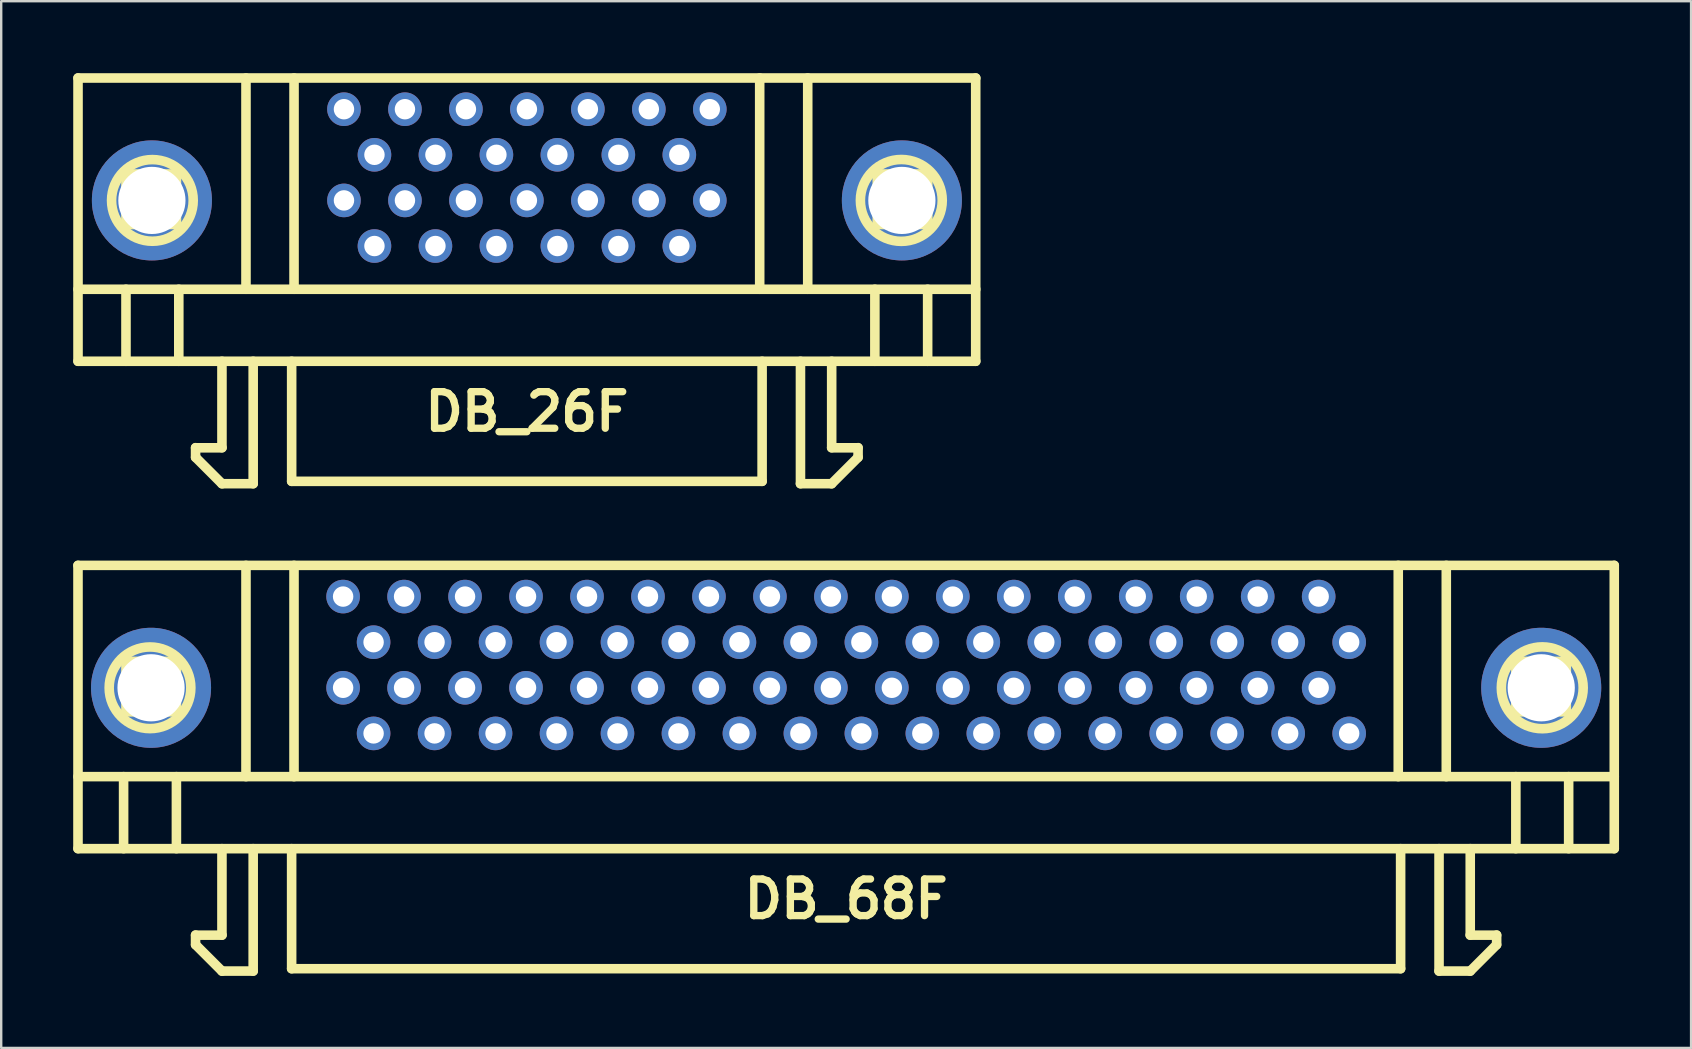
<source format=kicad_pcb>
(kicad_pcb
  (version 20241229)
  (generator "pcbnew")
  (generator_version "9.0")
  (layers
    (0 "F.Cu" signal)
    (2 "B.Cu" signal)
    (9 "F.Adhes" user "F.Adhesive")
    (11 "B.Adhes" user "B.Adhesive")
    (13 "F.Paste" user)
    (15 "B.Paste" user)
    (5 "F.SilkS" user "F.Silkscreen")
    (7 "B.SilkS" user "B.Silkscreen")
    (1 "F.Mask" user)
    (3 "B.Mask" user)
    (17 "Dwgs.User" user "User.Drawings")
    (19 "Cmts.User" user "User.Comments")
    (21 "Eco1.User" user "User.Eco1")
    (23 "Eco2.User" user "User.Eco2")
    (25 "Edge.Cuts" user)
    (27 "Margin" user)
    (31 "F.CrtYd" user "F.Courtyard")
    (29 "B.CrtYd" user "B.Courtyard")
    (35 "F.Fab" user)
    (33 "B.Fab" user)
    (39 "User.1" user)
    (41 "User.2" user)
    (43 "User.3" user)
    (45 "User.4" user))
  (footprint "DB_68F"
    (layer "F.Cu")
    (at 32.198 31.203)
    (property "Reference" "DB_68F" (at 0 3.2 0) (layer "F.SilkS") (effects (font (size 1.524 1.524) (thickness 0.305))))
    (attr through_hole)
    (fp_line (start -31.999 -10.701) (end -31.999 1.1) (stroke (width 0.399) (type solid)) (layer "F.SilkS"))
    (fp_line (start -31.999 -1.9) (end 31.999 -1.9) (stroke (width 0.399) (type solid)) (layer "F.SilkS"))
    (fp_line (start -31.999 1.1) (end 31.999 1.1) (stroke (width 0.399) (type solid)) (layer "F.SilkS"))
    (fp_line (start -30.099 -1.9) (end -30.099 1.1) (stroke (width 0.399) (type solid)) (layer "F.SilkS"))
    (fp_line (start -30 -6.701) (end -27.899 -6.701) (stroke (width 0.399) (type solid)) (layer "F.SilkS"))
    (fp_line (start -30 -4.6) (end -30 -6.701) (stroke (width 0.399) (type solid)) (layer "F.SilkS"))
    (fp_line (start -27.899 -6.701) (end -27.899 -4.6) (stroke (width 0.399) (type solid)) (layer "F.SilkS"))
    (fp_line (start -27.899 -4.6) (end -30 -4.6) (stroke (width 0.399) (type solid)) (layer "F.SilkS"))
    (fp_line (start -27.899 1.1) (end -27.899 -1.9) (stroke (width 0.399) (type solid)) (layer "F.SilkS"))
    (fp_line (start -27.102 4.699) (end -27.102 5.1) (stroke (width 0.399) (type solid)) (layer "F.SilkS"))
    (fp_line (start -27.099 4.704) (end -25.999 4.704) (stroke (width 0.399) (type solid)) (layer "F.SilkS"))
    (fp_line (start -26.002 4.699) (end -26.002 1.1) (stroke (width 0.399) (type solid)) (layer "F.SilkS"))
    (fp_line (start -26.002 6.2) (end -24.701 6.2) (stroke (width 0.399) (type solid)) (layer "F.SilkS"))
    (fp_line (start -25.999 6.203) (end -27.099 5.103) (stroke (width 0.399) (type solid)) (layer "F.SilkS"))
    (fp_line (start -25.001 -1.9) (end -25.001 -10.701) (stroke (width 0.399) (type solid)) (layer "F.SilkS"))
    (fp_line (start -24.701 6.2) (end -24.701 1.1) (stroke (width 0.399) (type solid)) (layer "F.SilkS"))
    (fp_line (start -23.099 6.101) (end -23.099 1.1) (stroke (width 0.399) (type solid)) (layer "F.SilkS"))
    (fp_line (start -23 -10.701) (end -23 -1.9) (stroke (width 0.399) (type solid)) (layer "F.SilkS"))
    (fp_line (start 23 -10.701) (end 23 -1.9) (stroke (width 0.399) (type solid)) (layer "F.SilkS"))
    (fp_line (start 23.099 6.101) (end -23.099 6.101) (stroke (width 0.399) (type solid)) (layer "F.SilkS"))
    (fp_line (start 23.099 6.101) (end 23.099 1.1) (stroke (width 0.399) (type solid)) (layer "F.SilkS"))
    (fp_line (start 24.699 6.2) (end 24.699 1.1) (stroke (width 0.399) (type solid)) (layer "F.SilkS"))
    (fp_line (start 25.001 -1.9) (end 25.001 -10.701) (stroke (width 0.399) (type solid)) (layer "F.SilkS"))
    (fp_line (start 25.997 6.203) (end 27.097 5.103) (stroke (width 0.399) (type solid)) (layer "F.SilkS"))
    (fp_line (start 25.999 4.699) (end 25.999 1.1) (stroke (width 0.399) (type solid)) (layer "F.SilkS"))
    (fp_line (start 25.999 6.2) (end 24.699 6.2) (stroke (width 0.399) (type solid)) (layer "F.SilkS"))
    (fp_line (start 27.097 4.704) (end 25.997 4.704) (stroke (width 0.399) (type solid)) (layer "F.SilkS"))
    (fp_line (start 27.099 4.699) (end 27.099 5.1) (stroke (width 0.399) (type solid)) (layer "F.SilkS"))
    (fp_line (start 27.899 -6.701) (end 27.899 -4.6) (stroke (width 0.399) (type solid)) (layer "F.SilkS"))
    (fp_line (start 27.899 -4.6) (end 30 -4.6) (stroke (width 0.399) (type solid)) (layer "F.SilkS"))
    (fp_line (start 27.899 -1.9) (end 27.899 1.1) (stroke (width 0.399) (type solid)) (layer "F.SilkS"))
    (fp_line (start 30 -6.701) (end 27.899 -6.701) (stroke (width 0.399) (type solid)) (layer "F.SilkS"))
    (fp_line (start 30 -4.6) (end 30 -6.701) (stroke (width 0.399) (type solid)) (layer "F.SilkS"))
    (fp_line (start 30.099 -1.9) (end 30.099 1.1) (stroke (width 0.399) (type solid)) (layer "F.SilkS"))
    (fp_line (start 31.999 -10.701) (end -31.999 -10.701) (stroke (width 0.399) (type solid)) (layer "F.SilkS"))
    (fp_line (start 31.999 1.1) (end 31.999 -10.701) (stroke (width 0.399) (type solid)) (layer "F.SilkS"))
    (fp_circle (center -28.999 -5.601) (end -30.5 -6.401) (stroke (width 0.399) (type solid)) (fill no) (layer "F.SilkS"))
    (fp_circle (center 28.999 -5.601) (end 30.701 -5.499) (stroke (width 0.399) (type solid)) (fill no) (layer "F.SilkS"))
    (pad "" thru_hole circle (at -28.956 -5.601) (size 5.001 5.001) (drill 2.799) (layers "*.Cu" "*.Mask"))
    (pad "" thru_hole circle (at 28.956 -5.601) (size 5.001 5.001) (drill 2.799) (layers "*.Cu" "*.Mask"))
    (pad "1" thru_hole circle (at 20.955 -7.501) (size 1.4 1.4) (drill 0.851) (layers "*.Cu" "*.Mask"))
    (pad "2" thru_hole circle (at 19.685 -9.401) (size 1.4 1.4) (drill 0.851) (layers "*.Cu" "*.Mask"))
    (pad "3" thru_hole circle (at 18.415 -7.501) (size 1.4 1.4) (drill 0.851) (layers "*.Cu" "*.Mask"))
    (pad "4" thru_hole circle (at 17.145 -9.401) (size 1.4 1.4) (drill 0.851) (layers "*.Cu" "*.Mask"))
    (pad "5" thru_hole circle (at 15.875 -7.501) (size 1.4 1.4) (drill 0.851) (layers "*.Cu" "*.Mask"))
    (pad "6" thru_hole circle (at 14.605 -9.401) (size 1.4 1.4) (drill 0.851) (layers "*.Cu" "*.Mask"))
    (pad "7" thru_hole circle (at 13.335 -7.501) (size 1.4 1.4) (drill 0.851) (layers "*.Cu" "*.Mask"))
    (pad "8" thru_hole circle (at 12.065 -9.401) (size 1.4 1.4) (drill 0.851) (layers "*.Cu" "*.Mask"))
    (pad "9" thru_hole circle (at 10.795 -7.501) (size 1.4 1.4) (drill 0.851) (layers "*.Cu" "*.Mask"))
    (pad "10" thru_hole circle (at 9.525 -9.401) (size 1.4 1.4) (drill 0.851) (layers "*.Cu" "*.Mask"))
    (pad "11" thru_hole circle (at 8.255 -7.501) (size 1.4 1.4) (drill 0.851) (layers "*.Cu" "*.Mask"))
    (pad "12" thru_hole circle (at 6.985 -9.401) (size 1.4 1.4) (drill 0.851) (layers "*.Cu" "*.Mask"))
    (pad "13" thru_hole circle (at 5.715 -7.501) (size 1.4 1.4) (drill 0.851) (layers "*.Cu" "*.Mask"))
    (pad "14" thru_hole circle (at 4.445 -9.401) (size 1.4 1.4) (drill 0.851) (layers "*.Cu" "*.Mask"))
    (pad "15" thru_hole circle (at 3.175 -7.501) (size 1.4 1.4) (drill 0.851) (layers "*.Cu" "*.Mask"))
    (pad "16" thru_hole circle (at 1.905 -9.401) (size 1.4 1.4) (drill 0.851) (layers "*.Cu" "*.Mask"))
    (pad "17" thru_hole circle (at 0.635 -7.501) (size 1.4 1.4) (drill 0.851) (layers "*.Cu" "*.Mask"))
    (pad "18" thru_hole circle (at -0.635 -9.401) (size 1.4 1.4) (drill 0.851) (layers "*.Cu" "*.Mask"))
    (pad "19" thru_hole circle (at -1.905 -7.501) (size 1.4 1.4) (drill 0.851) (layers "*.Cu" "*.Mask"))
    (pad "20" thru_hole circle (at -3.175 -9.401) (size 1.4 1.4) (drill 0.851) (layers "*.Cu" "*.Mask"))
    (pad "21" thru_hole circle (at -4.445 -7.501) (size 1.4 1.4) (drill 0.851) (layers "*.Cu" "*.Mask"))
    (pad "22" thru_hole circle (at -5.715 -9.401) (size 1.4 1.4) (drill 0.851) (layers "*.Cu" "*.Mask"))
    (pad "23" thru_hole circle (at -6.985 -7.501) (size 1.4 1.4) (drill 0.851) (layers "*.Cu" "*.Mask"))
    (pad "24" thru_hole circle (at -8.255 -9.401) (size 1.4 1.4) (drill 0.851) (layers "*.Cu" "*.Mask"))
    (pad "25" thru_hole circle (at -9.525 -7.501) (size 1.4 1.4) (drill 0.851) (layers "*.Cu" "*.Mask"))
    (pad "26" thru_hole circle (at -10.795 -9.401) (size 1.4 1.4) (drill 0.851) (layers "*.Cu" "*.Mask"))
    (pad "27" thru_hole circle (at -12.065 -7.501) (size 1.4 1.4) (drill 0.851) (layers "*.Cu" "*.Mask"))
    (pad "28" thru_hole circle (at -13.335 -9.401) (size 1.4 1.4) (drill 0.851) (layers "*.Cu" "*.Mask"))
    (pad "29" thru_hole circle (at -14.605 -7.501) (size 1.4 1.4) (drill 0.851) (layers "*.Cu" "*.Mask"))
    (pad "30" thru_hole circle (at -15.875 -9.401) (size 1.4 1.4) (drill 0.851) (layers "*.Cu" "*.Mask"))
    (pad "31" thru_hole circle (at -17.145 -7.501) (size 1.4 1.4) (drill 0.851) (layers "*.Cu" "*.Mask"))
    (pad "32" thru_hole circle (at -18.415 -9.401) (size 1.4 1.4) (drill 0.851) (layers "*.Cu" "*.Mask"))
    (pad "33" thru_hole circle (at -19.685 -7.501) (size 1.4 1.4) (drill 0.851) (layers "*.Cu" "*.Mask"))
    (pad "34" thru_hole circle (at -20.955 -9.401) (size 1.4 1.4) (drill 0.851) (layers "*.Cu" "*.Mask"))
    (pad "35" thru_hole circle (at 20.955 -3.701) (size 1.4 1.4) (drill 0.851) (layers "*.Cu" "*.Mask"))
    (pad "36" thru_hole circle (at 19.685 -5.601) (size 1.4 1.4) (drill 0.851) (layers "*.Cu" "*.Mask"))
    (pad "37" thru_hole circle (at 18.415 -3.701) (size 1.4 1.4) (drill 0.851) (layers "*.Cu" "*.Mask"))
    (pad "38" thru_hole circle (at 17.145 -5.601) (size 1.4 1.4) (drill 0.851) (layers "*.Cu" "*.Mask"))
    (pad "39" thru_hole circle (at 15.875 -3.701) (size 1.4 1.4) (drill 0.851) (layers "*.Cu" "*.Mask"))
    (pad "40" thru_hole circle (at 14.605 -5.601) (size 1.4 1.4) (drill 0.851) (layers "*.Cu" "*.Mask"))
    (pad "41" thru_hole circle (at 13.335 -3.701) (size 1.4 1.4) (drill 0.851) (layers "*.Cu" "*.Mask"))
    (pad "42" thru_hole circle (at 12.065 -5.601) (size 1.4 1.4) (drill 0.851) (layers "*.Cu" "*.Mask"))
    (pad "43" thru_hole circle (at 10.795 -3.701) (size 1.4 1.4) (drill 0.851) (layers "*.Cu" "*.Mask"))
    (pad "44" thru_hole circle (at 9.525 -5.601) (size 1.4 1.4) (drill 0.851) (layers "*.Cu" "*.Mask"))
    (pad "45" thru_hole circle (at 8.255 -3.701) (size 1.4 1.4) (drill 0.851) (layers "*.Cu" "*.Mask"))
    (pad "46" thru_hole circle (at 6.985 -5.601) (size 1.4 1.4) (drill 0.851) (layers "*.Cu" "*.Mask"))
    (pad "47" thru_hole circle (at 5.715 -3.701) (size 1.4 1.4) (drill 0.851) (layers "*.Cu" "*.Mask"))
    (pad "48" thru_hole circle (at 4.445 -5.601) (size 1.4 1.4) (drill 0.851) (layers "*.Cu" "*.Mask"))
    (pad "49" thru_hole circle (at 3.175 -3.701) (size 1.4 1.4) (drill 0.851) (layers "*.Cu" "*.Mask"))
    (pad "50" thru_hole circle (at 1.905 -5.601) (size 1.4 1.4) (drill 0.851) (layers "*.Cu" "*.Mask"))
    (pad "51" thru_hole circle (at 0.635 -3.701) (size 1.4 1.4) (drill 0.851) (layers "*.Cu" "*.Mask"))
    (pad "52" thru_hole circle (at -0.635 -5.601) (size 1.4 1.4) (drill 0.851) (layers "*.Cu" "*.Mask"))
    (pad "53" thru_hole circle (at -1.905 -3.701) (size 1.4 1.4) (drill 0.851) (layers "*.Cu" "*.Mask"))
    (pad "54" thru_hole circle (at -3.175 -5.601) (size 1.4 1.4) (drill 0.851) (layers "*.Cu" "*.Mask"))
    (pad "55" thru_hole circle (at -4.445 -3.701) (size 1.4 1.4) (drill 0.851) (layers "*.Cu" "*.Mask"))
    (pad "56" thru_hole circle (at -5.715 -5.601) (size 1.4 1.4) (drill 0.851) (layers "*.Cu" "*.Mask"))
    (pad "57" thru_hole circle (at -6.985 -3.701) (size 1.4 1.4) (drill 0.851) (layers "*.Cu" "*.Mask"))
    (pad "58" thru_hole circle (at -8.255 -5.601) (size 1.4 1.4) (drill 0.851) (layers "*.Cu" "*.Mask"))
    (pad "59" thru_hole circle (at -9.525 -3.701) (size 1.4 1.4) (drill 0.851) (layers "*.Cu" "*.Mask"))
    (pad "60" thru_hole circle (at -10.795 -5.601) (size 1.4 1.4) (drill 0.851) (layers "*.Cu" "*.Mask"))
    (pad "61" thru_hole circle (at -12.065 -3.701) (size 1.4 1.4) (drill 0.851) (layers "*.Cu" "*.Mask"))
    (pad "62" thru_hole circle (at -13.335 -5.601) (size 1.4 1.4) (drill 0.851) (layers "*.Cu" "*.Mask"))
    (pad "63" thru_hole circle (at -14.605 -3.701) (size 1.4 1.4) (drill 0.851) (layers "*.Cu" "*.Mask"))
    (pad "64" thru_hole circle (at -15.875 -5.601) (size 1.4 1.4) (drill 0.851) (layers "*.Cu" "*.Mask"))
    (pad "65" thru_hole circle (at -17.145 -3.701) (size 1.4 1.4) (drill 0.851) (layers "*.Cu" "*.Mask"))
    (pad "66" thru_hole circle (at -18.415 -5.601) (size 1.4 1.4) (drill 0.851) (layers "*.Cu" "*.Mask"))
    (pad "67" thru_hole circle (at -19.685 -3.701) (size 1.4 1.4) (drill 0.851) (layers "*.Cu" "*.Mask"))
    (pad "68" thru_hole circle (at -20.955 -5.601) (size 1.4 1.4) (drill 0.851) (layers "*.Cu" "*.Mask")))
  (footprint "DB_26F"
    (layer "F.Cu")
    (at 18.899 10.9)
    (property "Reference" "DB_26F" (at 0 3.2 0) (layer "F.SilkS") (effects (font (size 1.524 1.524) (thickness 0.305))))
    (attr through_hole)
    (fp_line (start -18.699 -10.701) (end -18.699 1.1) (stroke (width 0.399) (type solid)) (layer "F.SilkS"))
    (fp_line (start -18.699 -10.701) (end 18.699 -10.701) (stroke (width 0.399) (type solid)) (layer "F.SilkS"))
    (fp_line (start -18.699 1.1) (end 18.699 1.1) (stroke (width 0.399) (type solid)) (layer "F.SilkS"))
    (fp_line (start -16.701 -6.701) (end -14.6 -6.701) (stroke (width 0.399) (type solid)) (layer "F.SilkS"))
    (fp_line (start -16.701 -4.6) (end -16.701 -6.701) (stroke (width 0.399) (type solid)) (layer "F.SilkS"))
    (fp_line (start -16.701 -1.9) (end -16.701 1.1) (stroke (width 0.399) (type solid)) (layer "F.SilkS"))
    (fp_line (start -14.6 -6.701) (end -14.6 -4.6) (stroke (width 0.399) (type solid)) (layer "F.SilkS"))
    (fp_line (start -14.6 -4.6) (end -16.701 -4.6) (stroke (width 0.399) (type solid)) (layer "F.SilkS"))
    (fp_line (start -14.501 1.1) (end -14.501 -1.9) (stroke (width 0.399) (type solid)) (layer "F.SilkS"))
    (fp_line (start -13.802 4.699) (end -13.802 5.1) (stroke (width 0.399) (type solid)) (layer "F.SilkS"))
    (fp_line (start -13.8 4.704) (end -12.7 4.704) (stroke (width 0.399) (type solid)) (layer "F.SilkS"))
    (fp_line (start -12.703 4.699) (end -12.703 1.1) (stroke (width 0.399) (type solid)) (layer "F.SilkS"))
    (fp_line (start -12.703 6.2) (end -11.402 6.2) (stroke (width 0.399) (type solid)) (layer "F.SilkS"))
    (fp_line (start -12.7 6.203) (end -13.8 5.103) (stroke (width 0.399) (type solid)) (layer "F.SilkS"))
    (fp_line (start -11.702 -1.9) (end -11.702 -10.701) (stroke (width 0.399) (type solid)) (layer "F.SilkS"))
    (fp_line (start -11.402 6.2) (end -11.402 1.1) (stroke (width 0.399) (type solid)) (layer "F.SilkS"))
    (fp_line (start -9.799 6.101) (end -9.799 1.1) (stroke (width 0.399) (type solid)) (layer "F.SilkS"))
    (fp_line (start -9.799 6.101) (end 9.799 6.101) (stroke (width 0.399) (type solid)) (layer "F.SilkS"))
    (fp_line (start -9.7 -10.701) (end -9.7 -1.9) (stroke (width 0.399) (type solid)) (layer "F.SilkS"))
    (fp_line (start 9.698 -10.701) (end 9.698 -1.9) (stroke (width 0.399) (type solid)) (layer "F.SilkS"))
    (fp_line (start 9.799 6.101) (end 9.799 1.1) (stroke (width 0.399) (type solid)) (layer "F.SilkS"))
    (fp_line (start 11.397 6.2) (end 11.397 1.1) (stroke (width 0.399) (type solid)) (layer "F.SilkS"))
    (fp_line (start 11.699 -1.9) (end 11.699 -10.701) (stroke (width 0.399) (type solid)) (layer "F.SilkS"))
    (fp_line (start 12.695 6.203) (end 13.795 5.103) (stroke (width 0.399) (type solid)) (layer "F.SilkS"))
    (fp_line (start 12.697 4.699) (end 12.697 1.1) (stroke (width 0.399) (type solid)) (layer "F.SilkS"))
    (fp_line (start 12.697 6.2) (end 11.397 6.2) (stroke (width 0.399) (type solid)) (layer "F.SilkS"))
    (fp_line (start 13.795 4.704) (end 12.695 4.704) (stroke (width 0.399) (type solid)) (layer "F.SilkS"))
    (fp_line (start 13.797 4.699) (end 13.797 5.1) (stroke (width 0.399) (type solid)) (layer "F.SilkS"))
    (fp_line (start 14.496 -1.9) (end 14.496 1.1) (stroke (width 0.399) (type solid)) (layer "F.SilkS"))
    (fp_line (start 14.597 -6.701) (end 14.597 -4.6) (stroke (width 0.399) (type solid)) (layer "F.SilkS"))
    (fp_line (start 14.597 -4.6) (end 16.698 -4.6) (stroke (width 0.399) (type solid)) (layer "F.SilkS"))
    (fp_line (start 16.695 -1.9) (end 16.695 1.1) (stroke (width 0.399) (type solid)) (layer "F.SilkS"))
    (fp_line (start 16.698 -6.701) (end 14.597 -6.701) (stroke (width 0.399) (type solid)) (layer "F.SilkS"))
    (fp_line (start 16.698 -4.6) (end 16.698 -6.701) (stroke (width 0.399) (type solid)) (layer "F.SilkS"))
    (fp_line (start 18.697 1.1) (end 18.697 -10.701) (stroke (width 0.399) (type solid)) (layer "F.SilkS"))
    (fp_line (start 18.699 -1.9) (end -18.699 -1.9) (stroke (width 0.399) (type solid)) (layer "F.SilkS"))
    (fp_circle (center -15.601 -5.601) (end -17.102 -6.401) (stroke (width 0.399) (type solid)) (fill no) (layer "F.SilkS"))
    (fp_circle (center 15.598 -5.601) (end 17.3 -5.499) (stroke (width 0.399) (type solid)) (fill no) (layer "F.SilkS"))
    (pad "" thru_hole circle (at -15.621 -5.601) (size 5.001 5.001) (drill 2.799) (layers "*.Cu" "*.Mask"))
    (pad "" thru_hole circle (at 15.621 -5.601) (size 5.001 5.001) (drill 2.799) (layers "*.Cu" "*.Mask"))
    (pad "1" thru_hole circle (at 7.62 -9.401) (size 1.4 1.4) (drill 0.851) (layers "*.Cu" "*.Mask"))
    (pad "2" thru_hole circle (at 6.35 -7.501) (size 1.4 1.4) (drill 0.851) (layers "*.Cu" "*.Mask"))
    (pad "3" thru_hole circle (at 5.08 -9.401) (size 1.4 1.4) (drill 0.851) (layers "*.Cu" "*.Mask"))
    (pad "4" thru_hole circle (at 3.81 -7.501) (size 1.4 1.4) (drill 0.851) (layers "*.Cu" "*.Mask"))
    (pad "5" thru_hole circle (at 2.54 -9.401) (size 1.4 1.4) (drill 0.851) (layers "*.Cu" "*.Mask"))
    (pad "6" thru_hole circle (at 1.27 -7.501) (size 1.4 1.4) (drill 0.851) (layers "*.Cu" "*.Mask"))
    (pad "7" thru_hole circle (at 0 -9.401) (size 1.4 1.4) (drill 0.851) (layers "*.Cu" "*.Mask"))
    (pad "8" thru_hole circle (at -1.27 -7.501) (size 1.4 1.4) (drill 0.851) (layers "*.Cu" "*.Mask"))
    (pad "9" thru_hole circle (at -2.54 -9.401) (size 1.4 1.4) (drill 0.851) (layers "*.Cu" "*.Mask"))
    (pad "10" thru_hole circle (at -3.81 -7.501) (size 1.4 1.4) (drill 0.851) (layers "*.Cu" "*.Mask"))
    (pad "11" thru_hole circle (at -5.08 -9.401) (size 1.4 1.4) (drill 0.851) (layers "*.Cu" "*.Mask"))
    (pad "12" thru_hole circle (at -6.35 -7.501) (size 1.4 1.4) (drill 0.851) (layers "*.Cu" "*.Mask"))
    (pad "13" thru_hole circle (at -7.62 -9.401) (size 1.4 1.4) (drill 0.851) (layers "*.Cu" "*.Mask"))
    (pad "14" thru_hole circle (at 7.62 -5.601) (size 1.4 1.4) (drill 0.851) (layers "*.Cu" "*.Mask"))
    (pad "15" thru_hole circle (at 6.35 -3.701) (size 1.4 1.4) (drill 0.851) (layers "*.Cu" "*.Mask"))
    (pad "16" thru_hole circle (at 5.08 -5.601) (size 1.4 1.4) (drill 0.851) (layers "*.Cu" "*.Mask"))
    (pad "17" thru_hole circle (at 3.81 -3.701) (size 1.4 1.4) (drill 0.851) (layers "*.Cu" "*.Mask"))
    (pad "18" thru_hole circle (at 2.54 -5.601) (size 1.4 1.4) (drill 0.851) (layers "*.Cu" "*.Mask"))
    (pad "19" thru_hole circle (at 1.27 -3.701) (size 1.4 1.4) (drill 0.851) (layers "*.Cu" "*.Mask"))
    (pad "20" thru_hole circle (at 0 -5.601) (size 1.4 1.4) (drill 0.851) (layers "*.Cu" "*.Mask"))
    (pad "21" thru_hole circle (at -1.27 -3.701) (size 1.4 1.4) (drill 0.851) (layers "*.Cu" "*.Mask"))
    (pad "22" thru_hole circle (at -2.54 -5.601) (size 1.4 1.4) (drill 0.851) (layers "*.Cu" "*.Mask"))
    (pad "23" thru_hole circle (at -3.81 -3.701) (size 1.4 1.4) (drill 0.851) (layers "*.Cu" "*.Mask"))
    (pad "24" thru_hole circle (at -5.08 -5.601) (size 1.4 1.4) (drill 0.851) (layers "*.Cu" "*.Mask"))
    (pad "25" thru_hole circle (at -6.35 -3.701) (size 1.4 1.4) (drill 0.851) (layers "*.Cu" "*.Mask"))
    (pad "26" thru_hole circle (at -7.62 -5.601) (size 1.4 1.4) (drill 0.851) (layers "*.Cu" "*.Mask")))
  (gr_rect
    (start -3 -3)
    (end 67.397 40.605)
    (stroke (width 0.1) (type default))
    (fill no)
    (layer "Edge.Cuts")))
</source>
